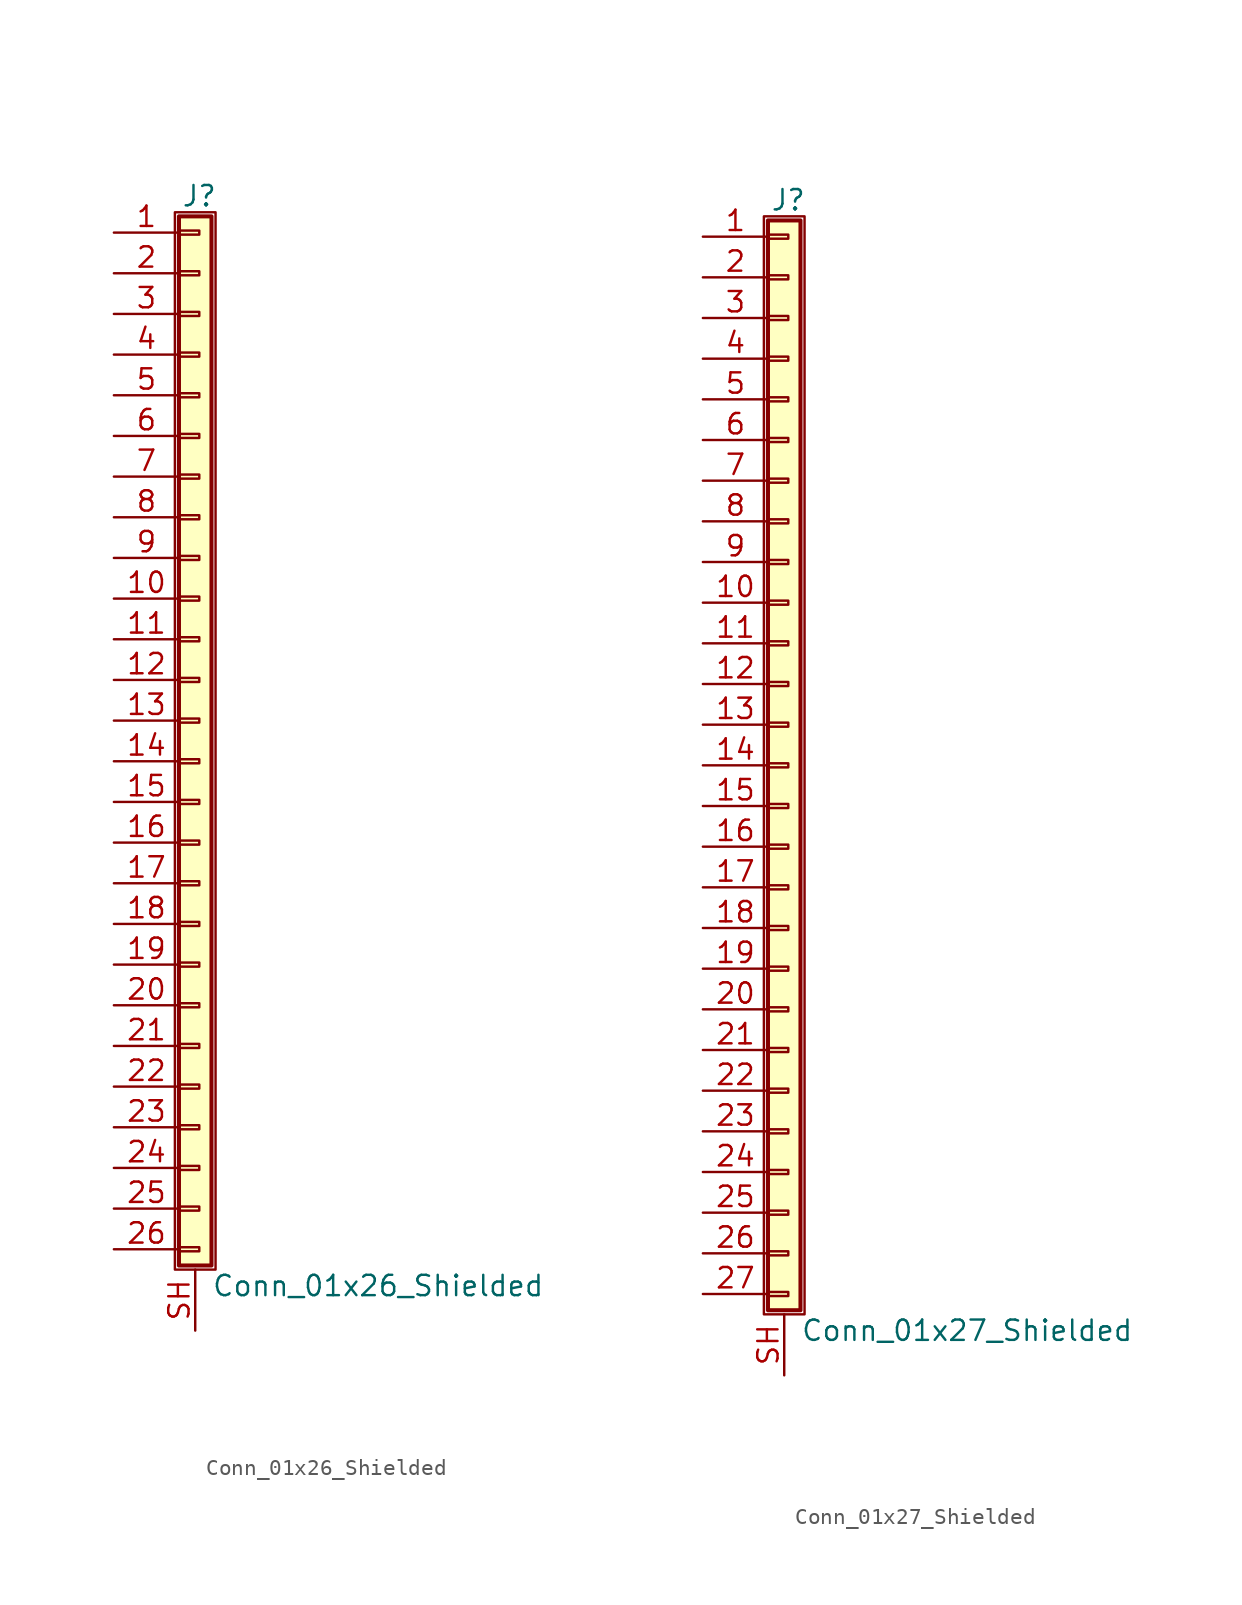
<source format=kicad_sym>
(kicad_symbol_lib
  (version 20201005)
  (generator kicad_symbol_editor)
  (symbol "Connector_Generic_Shielded:Conn_01x26_Shielded"
    (pin_names
      (offset 1.016) hide)
    (property "Reference" "J"
      (at 0.254 32.766 0)
      (effects (font (size 1.27 1.27))))
    (property "Value" "Conn_01x26_Shielded"
      (at 1.016 -35.306 0)
      (effects (font (size 1.27 1.27)) (justify left)))
    (symbol "Conn_01x26_Shielded_1_1"
      (rectangle (start -1.016 -27.813) (end 0.254 -28.067) (stroke (width 0.152)) (fill (type none)))
      (rectangle (start -1.016 -30.353) (end 0.254 -30.607) (stroke (width 0.152)) (fill (type none)))
      (rectangle (start -1.016 -32.893) (end 0.254 -33.147) (stroke (width 0.152)) (fill (type none)))
      (rectangle (start -1.016 -4.953) (end 0.254 -5.207) (stroke (width 0.152)) (fill (type none)))
      (rectangle (start -1.016 -7.493) (end 0.254 -7.747) (stroke (width 0.152)) (fill (type none)))
      (rectangle (start -1.016 -10.033) (end 0.254 -10.287) (stroke (width 0.152)) (fill (type none)))
      (rectangle (start -1.016 -12.573) (end 0.254 -12.827) (stroke (width 0.152)) (fill (type none)))
      (rectangle (start -1.016 -15.113) (end 0.254 -15.367) (stroke (width 0.152)) (fill (type none)))
      (rectangle (start -1.016 -17.653) (end 0.254 -17.907) (stroke (width 0.152)) (fill (type none)))
      (rectangle (start -1.016 -20.193) (end 0.254 -20.447) (stroke (width 0.152)) (fill (type none)))
      (rectangle (start -1.016 -22.733) (end 0.254 -22.987) (stroke (width 0.152)) (fill (type none)))
      (rectangle (start -1.016 -2.413) (end 0.254 -2.667) (stroke (width 0.152)) (fill (type none)))
      (rectangle (start -1.016 -25.273) (end 0.254 -25.527) (stroke (width 0.152)) (fill (type none)))
      (rectangle (start -1.016 25.527) (end 0.254 25.273) (stroke (width 0.152)) (fill (type none)))
      (rectangle (start -1.016 2.667) (end 0.254 2.413) (stroke (width 0.152)) (fill (type none)))
      (rectangle (start -1.016 28.067) (end 0.254 27.813) (stroke (width 0.152)) (fill (type none)))
      (rectangle (start -1.016 30.607) (end 0.254 30.353) (stroke (width 0.152)) (fill (type none)))
      (rectangle (start -1.016 31.496) (end 1.016 -34.036) (stroke (width 0.254)) (fill (type background)))
      (rectangle (start -1.016 5.207) (end 0.254 4.953) (stroke (width 0.152)) (fill (type none)))
      (rectangle (start -1.016 7.747) (end 0.254 7.493) (stroke (width 0.152)) (fill (type none)))
      (rectangle (start -1.016 10.287) (end 0.254 10.033) (stroke (width 0.152)) (fill (type none)))
      (rectangle (start -1.016 0.127) (end 0.254 -0.127) (stroke (width 0.152)) (fill (type none)))
      (rectangle (start -1.016 12.827) (end 0.254 12.573) (stroke (width 0.152)) (fill (type none)))
      (rectangle (start -1.016 15.367) (end 0.254 15.113) (stroke (width 0.152)) (fill (type none)))
      (rectangle (start -1.016 17.907) (end 0.254 17.653) (stroke (width 0.152)) (fill (type none)))
      (rectangle (start -1.016 20.447) (end 0.254 20.193) (stroke (width 0.152)) (fill (type none)))
      (rectangle (start -1.016 22.987) (end 0.254 22.733) (stroke (width 0.152)) (fill (type none)))
      (rectangle (start -1.27 31.75) (end 1.27 -34.29) (stroke (width 0.152)) (fill (type none)))
      (pin passive line (at -5.08 30.48 0) (length 4.064) (name "Pin_1" (effects (font (size 1.27 1.27)))) (number "1" (effects (font (size 1.27 1.27)))))
      (pin passive line (at -5.08 7.62 0) (length 4.064) (name "Pin_10" (effects (font (size 1.27 1.27)))) (number "10" (effects (font (size 1.27 1.27)))))
      (pin passive line (at -5.08 5.08 0) (length 4.064) (name "Pin_11" (effects (font (size 1.27 1.27)))) (number "11" (effects (font (size 1.27 1.27)))))
      (pin passive line (at -5.08 2.54 0) (length 4.064) (name "Pin_12" (effects (font (size 1.27 1.27)))) (number "12" (effects (font (size 1.27 1.27)))))
      (pin passive line (at -5.08 0 0) (length 4.064) (name "Pin_13" (effects (font (size 1.27 1.27)))) (number "13" (effects (font (size 1.27 1.27)))))
      (pin passive line (at -5.08 -2.54 0) (length 4.064) (name "Pin_14" (effects (font (size 1.27 1.27)))) (number "14" (effects (font (size 1.27 1.27)))))
      (pin passive line (at -5.08 -5.08 0) (length 4.064) (name "Pin_15" (effects (font (size 1.27 1.27)))) (number "15" (effects (font (size 1.27 1.27)))))
      (pin passive line (at -5.08 -7.62 0) (length 4.064) (name "Pin_16" (effects (font (size 1.27 1.27)))) (number "16" (effects (font (size 1.27 1.27)))))
      (pin passive line (at -5.08 -10.16 0) (length 4.064) (name "Pin_17" (effects (font (size 1.27 1.27)))) (number "17" (effects (font (size 1.27 1.27)))))
      (pin passive line (at -5.08 -12.7 0) (length 4.064) (name "Pin_18" (effects (font (size 1.27 1.27)))) (number "18" (effects (font (size 1.27 1.27)))))
      (pin passive line (at -5.08 -15.24 0) (length 4.064) (name "Pin_19" (effects (font (size 1.27 1.27)))) (number "19" (effects (font (size 1.27 1.27)))))
      (pin passive line (at -5.08 27.94 0) (length 4.064) (name "Pin_2" (effects (font (size 1.27 1.27)))) (number "2" (effects (font (size 1.27 1.27)))))
      (pin passive line (at -5.08 -17.78 0) (length 4.064) (name "Pin_20" (effects (font (size 1.27 1.27)))) (number "20" (effects (font (size 1.27 1.27)))))
      (pin passive line (at -5.08 -20.32 0) (length 4.064) (name "Pin_21" (effects (font (size 1.27 1.27)))) (number "21" (effects (font (size 1.27 1.27)))))
      (pin passive line (at -5.08 -22.86 0) (length 4.064) (name "Pin_22" (effects (font (size 1.27 1.27)))) (number "22" (effects (font (size 1.27 1.27)))))
      (pin passive line (at -5.08 -25.4 0) (length 4.064) (name "Pin_23" (effects (font (size 1.27 1.27)))) (number "23" (effects (font (size 1.27 1.27)))))
      (pin passive line (at -5.08 -27.94 0) (length 4.064) (name "Pin_24" (effects (font (size 1.27 1.27)))) (number "24" (effects (font (size 1.27 1.27)))))
      (pin passive line (at -5.08 -30.48 0) (length 4.064) (name "Pin_25" (effects (font (size 1.27 1.27)))) (number "25" (effects (font (size 1.27 1.27)))))
      (pin passive line (at -5.08 -33.02 0) (length 4.064) (name "Pin_26" (effects (font (size 1.27 1.27)))) (number "26" (effects (font (size 1.27 1.27)))))
      (pin passive line (at -5.08 25.4 0) (length 4.064) (name "Pin_3" (effects (font (size 1.27 1.27)))) (number "3" (effects (font (size 1.27 1.27)))))
      (pin passive line (at -5.08 22.86 0) (length 4.064) (name "Pin_4" (effects (font (size 1.27 1.27)))) (number "4" (effects (font (size 1.27 1.27)))))
      (pin passive line (at -5.08 20.32 0) (length 4.064) (name "Pin_5" (effects (font (size 1.27 1.27)))) (number "5" (effects (font (size 1.27 1.27)))))
      (pin passive line (at -5.08 17.78 0) (length 4.064) (name "Pin_6" (effects (font (size 1.27 1.27)))) (number "6" (effects (font (size 1.27 1.27)))))
      (pin passive line (at -5.08 15.24 0) (length 4.064) (name "Pin_7" (effects (font (size 1.27 1.27)))) (number "7" (effects (font (size 1.27 1.27)))))
      (pin passive line (at -5.08 12.7 0) (length 4.064) (name "Pin_8" (effects (font (size 1.27 1.27)))) (number "8" (effects (font (size 1.27 1.27)))))
      (pin passive line (at -5.08 10.16 0) (length 4.064) (name "Pin_9" (effects (font (size 1.27 1.27)))) (number "9" (effects (font (size 1.27 1.27)))))
      (pin passive line (at 0 -38.1 90) (length 3.81) (name "Shield" (effects (font (size 1.27 1.27)))) (number "SH" (effects (font (size 1.27 1.27)))))))
  (symbol "Connector_Generic_Shielded:Conn_01x27_Shielded"
    (pin_names
      (offset 1.016) hide)
    (property "Reference" "J"
      (at 0.254 35.306 0)
      (effects (font (size 1.27 1.27))))
    (property "Value" "Conn_01x27_Shielded"
      (at 1.016 -35.306 0)
      (effects (font (size 1.27 1.27)) (justify left)))
    (symbol "Conn_01x27_Shielded_1_1"
      (rectangle (start -1.016 -27.813) (end 0.254 -28.067) (stroke (width 0.152)) (fill (type none)))
      (rectangle (start -1.016 -30.353) (end 0.254 -30.607) (stroke (width 0.152)) (fill (type none)))
      (rectangle (start -1.016 -32.893) (end 0.254 -33.147) (stroke (width 0.152)) (fill (type none)))
      (rectangle (start -1.016 -4.953) (end 0.254 -5.207) (stroke (width 0.152)) (fill (type none)))
      (rectangle (start -1.016 -7.493) (end 0.254 -7.747) (stroke (width 0.152)) (fill (type none)))
      (rectangle (start -1.016 -10.033) (end 0.254 -10.287) (stroke (width 0.152)) (fill (type none)))
      (rectangle (start -1.016 -12.573) (end 0.254 -12.827) (stroke (width 0.152)) (fill (type none)))
      (rectangle (start -1.016 -15.113) (end 0.254 -15.367) (stroke (width 0.152)) (fill (type none)))
      (rectangle (start -1.016 -17.653) (end 0.254 -17.907) (stroke (width 0.152)) (fill (type none)))
      (rectangle (start -1.016 -20.193) (end 0.254 -20.447) (stroke (width 0.152)) (fill (type none)))
      (rectangle (start -1.016 -22.733) (end 0.254 -22.987) (stroke (width 0.152)) (fill (type none)))
      (rectangle (start -1.016 -2.413) (end 0.254 -2.667) (stroke (width 0.152)) (fill (type none)))
      (rectangle (start -1.016 -25.273) (end 0.254 -25.527) (stroke (width 0.152)) (fill (type none)))
      (rectangle (start -1.016 25.527) (end 0.254 25.273) (stroke (width 0.152)) (fill (type none)))
      (rectangle (start -1.016 2.667) (end 0.254 2.413) (stroke (width 0.152)) (fill (type none)))
      (rectangle (start -1.016 28.067) (end 0.254 27.813) (stroke (width 0.152)) (fill (type none)))
      (rectangle (start -1.016 30.607) (end 0.254 30.353) (stroke (width 0.152)) (fill (type none)))
      (rectangle (start -1.016 33.147) (end 0.254 32.893) (stroke (width 0.152)) (fill (type none)))
      (rectangle (start -1.016 34.036) (end 1.016 -34.036) (stroke (width 0.254)) (fill (type background)))
      (rectangle (start -1.016 5.207) (end 0.254 4.953) (stroke (width 0.152)) (fill (type none)))
      (rectangle (start -1.016 7.747) (end 0.254 7.493) (stroke (width 0.152)) (fill (type none)))
      (rectangle (start -1.016 10.287) (end 0.254 10.033) (stroke (width 0.152)) (fill (type none)))
      (rectangle (start -1.016 0.127) (end 0.254 -0.127) (stroke (width 0.152)) (fill (type none)))
      (rectangle (start -1.016 12.827) (end 0.254 12.573) (stroke (width 0.152)) (fill (type none)))
      (rectangle (start -1.016 15.367) (end 0.254 15.113) (stroke (width 0.152)) (fill (type none)))
      (rectangle (start -1.016 17.907) (end 0.254 17.653) (stroke (width 0.152)) (fill (type none)))
      (rectangle (start -1.016 20.447) (end 0.254 20.193) (stroke (width 0.152)) (fill (type none)))
      (rectangle (start -1.016 22.987) (end 0.254 22.733) (stroke (width 0.152)) (fill (type none)))
      (rectangle (start -1.27 34.29) (end 1.27 -34.29) (stroke (width 0.152)) (fill (type none)))
      (pin passive line (at -5.08 33.02 0) (length 4.064) (name "Pin_1" (effects (font (size 1.27 1.27)))) (number "1" (effects (font (size 1.27 1.27)))))
      (pin passive line (at -5.08 10.16 0) (length 4.064) (name "Pin_10" (effects (font (size 1.27 1.27)))) (number "10" (effects (font (size 1.27 1.27)))))
      (pin passive line (at -5.08 7.62 0) (length 4.064) (name "Pin_11" (effects (font (size 1.27 1.27)))) (number "11" (effects (font (size 1.27 1.27)))))
      (pin passive line (at -5.08 5.08 0) (length 4.064) (name "Pin_12" (effects (font (size 1.27 1.27)))) (number "12" (effects (font (size 1.27 1.27)))))
      (pin passive line (at -5.08 2.54 0) (length 4.064) (name "Pin_13" (effects (font (size 1.27 1.27)))) (number "13" (effects (font (size 1.27 1.27)))))
      (pin passive line (at -5.08 0 0) (length 4.064) (name "Pin_14" (effects (font (size 1.27 1.27)))) (number "14" (effects (font (size 1.27 1.27)))))
      (pin passive line (at -5.08 -2.54 0) (length 4.064) (name "Pin_15" (effects (font (size 1.27 1.27)))) (number "15" (effects (font (size 1.27 1.27)))))
      (pin passive line (at -5.08 -5.08 0) (length 4.064) (name "Pin_16" (effects (font (size 1.27 1.27)))) (number "16" (effects (font (size 1.27 1.27)))))
      (pin passive line (at -5.08 -7.62 0) (length 4.064) (name "Pin_17" (effects (font (size 1.27 1.27)))) (number "17" (effects (font (size 1.27 1.27)))))
      (pin passive line (at -5.08 -10.16 0) (length 4.064) (name "Pin_18" (effects (font (size 1.27 1.27)))) (number "18" (effects (font (size 1.27 1.27)))))
      (pin passive line (at -5.08 -12.7 0) (length 4.064) (name "Pin_19" (effects (font (size 1.27 1.27)))) (number "19" (effects (font (size 1.27 1.27)))))
      (pin passive line (at -5.08 30.48 0) (length 4.064) (name "Pin_2" (effects (font (size 1.27 1.27)))) (number "2" (effects (font (size 1.27 1.27)))))
      (pin passive line (at -5.08 -15.24 0) (length 4.064) (name "Pin_20" (effects (font (size 1.27 1.27)))) (number "20" (effects (font (size 1.27 1.27)))))
      (pin passive line (at -5.08 -17.78 0) (length 4.064) (name "Pin_21" (effects (font (size 1.27 1.27)))) (number "21" (effects (font (size 1.27 1.27)))))
      (pin passive line (at -5.08 -20.32 0) (length 4.064) (name "Pin_22" (effects (font (size 1.27 1.27)))) (number "22" (effects (font (size 1.27 1.27)))))
      (pin passive line (at -5.08 -22.86 0) (length 4.064) (name "Pin_23" (effects (font (size 1.27 1.27)))) (number "23" (effects (font (size 1.27 1.27)))))
      (pin passive line (at -5.08 -25.4 0) (length 4.064) (name "Pin_24" (effects (font (size 1.27 1.27)))) (number "24" (effects (font (size 1.27 1.27)))))
      (pin passive line (at -5.08 -27.94 0) (length 4.064) (name "Pin_25" (effects (font (size 1.27 1.27)))) (number "25" (effects (font (size 1.27 1.27)))))
      (pin passive line (at -5.08 -30.48 0) (length 4.064) (name "Pin_26" (effects (font (size 1.27 1.27)))) (number "26" (effects (font (size 1.27 1.27)))))
      (pin passive line (at -5.08 -33.02 0) (length 4.064) (name "Pin_27" (effects (font (size 1.27 1.27)))) (number "27" (effects (font (size 1.27 1.27)))))
      (pin passive line (at -5.08 27.94 0) (length 4.064) (name "Pin_3" (effects (font (size 1.27 1.27)))) (number "3" (effects (font (size 1.27 1.27)))))
      (pin passive line (at -5.08 25.4 0) (length 4.064) (name "Pin_4" (effects (font (size 1.27 1.27)))) (number "4" (effects (font (size 1.27 1.27)))))
      (pin passive line (at -5.08 22.86 0) (length 4.064) (name "Pin_5" (effects (font (size 1.27 1.27)))) (number "5" (effects (font (size 1.27 1.27)))))
      (pin passive line (at -5.08 20.32 0) (length 4.064) (name "Pin_6" (effects (font (size 1.27 1.27)))) (number "6" (effects (font (size 1.27 1.27)))))
      (pin passive line (at -5.08 17.78 0) (length 4.064) (name "Pin_7" (effects (font (size 1.27 1.27)))) (number "7" (effects (font (size 1.27 1.27)))))
      (pin passive line (at -5.08 15.24 0) (length 4.064) (name "Pin_8" (effects (font (size 1.27 1.27)))) (number "8" (effects (font (size 1.27 1.27)))))
      (pin passive line (at -5.08 12.7 0) (length 4.064) (name "Pin_9" (effects (font (size 1.27 1.27)))) (number "9" (effects (font (size 1.27 1.27)))))
      (pin passive line (at 0 -38.1 90) (length 3.81) (name "Shield" (effects (font (size 1.27 1.27)))) (number "SH" (effects (font (size 1.27 1.27))))))))
</source>
